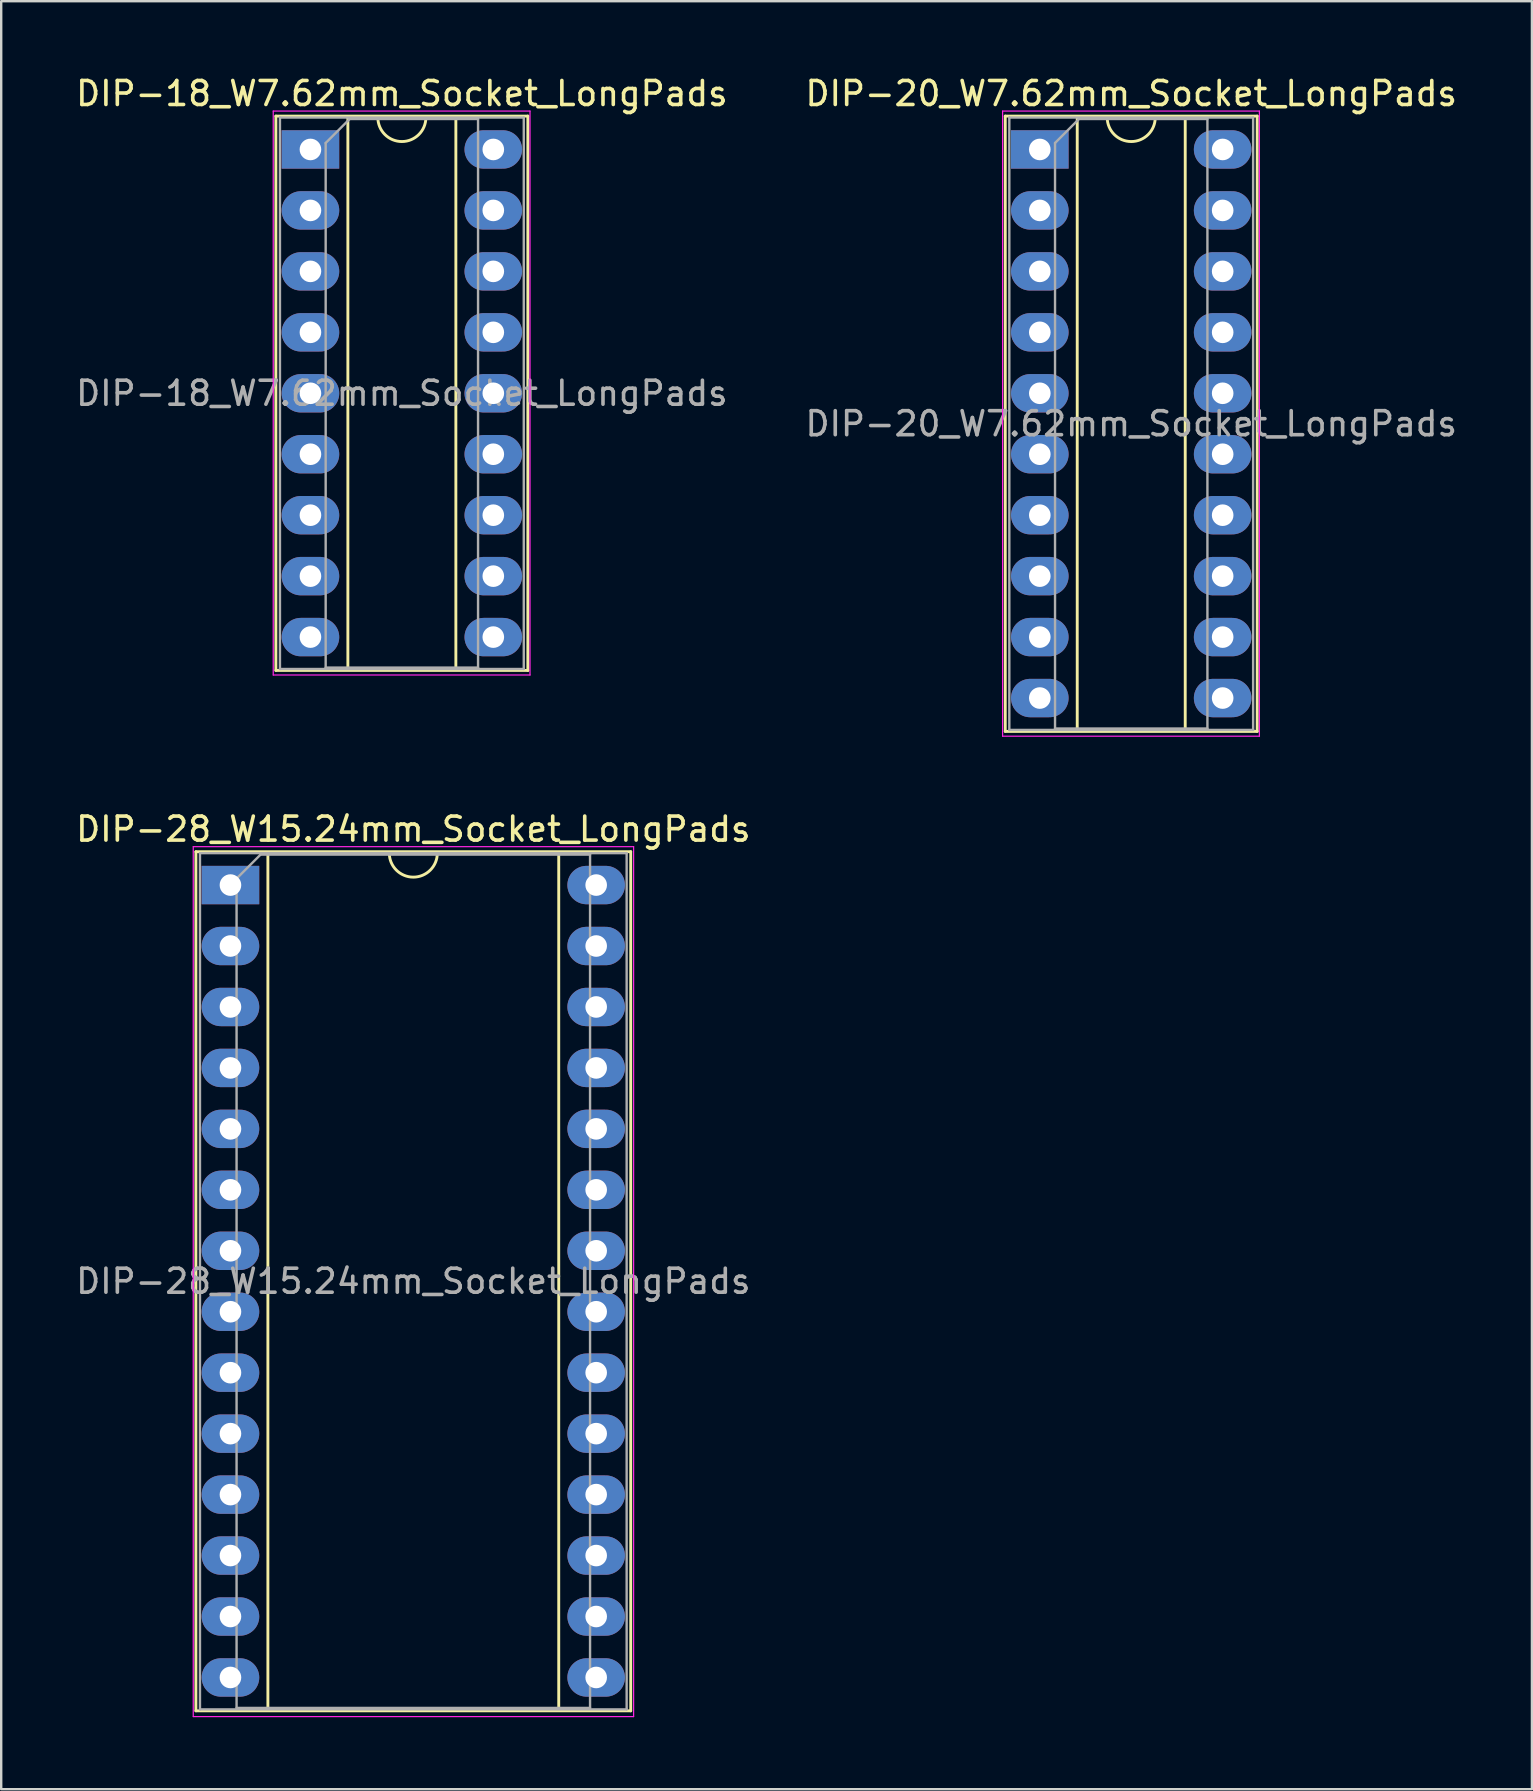
<source format=kicad_pcb>
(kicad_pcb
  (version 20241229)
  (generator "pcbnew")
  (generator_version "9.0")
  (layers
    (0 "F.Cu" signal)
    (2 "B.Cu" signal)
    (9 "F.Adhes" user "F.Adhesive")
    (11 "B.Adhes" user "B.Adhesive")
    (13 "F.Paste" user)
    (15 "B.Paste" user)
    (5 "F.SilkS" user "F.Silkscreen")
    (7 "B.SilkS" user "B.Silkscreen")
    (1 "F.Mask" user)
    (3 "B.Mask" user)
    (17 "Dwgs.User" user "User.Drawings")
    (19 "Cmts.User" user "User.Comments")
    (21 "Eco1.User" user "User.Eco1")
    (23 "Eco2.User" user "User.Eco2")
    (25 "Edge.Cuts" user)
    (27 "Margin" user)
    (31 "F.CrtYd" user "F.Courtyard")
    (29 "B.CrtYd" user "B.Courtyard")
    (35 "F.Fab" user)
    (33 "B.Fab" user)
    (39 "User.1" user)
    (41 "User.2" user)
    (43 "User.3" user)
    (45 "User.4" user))
  (footprint "DIP-18_W7.62mm_Socket_LongPads"
    (layer "F.Cu")
    (at 9.886 3.178)
    (property "Reference" "DIP-18_W7.62mm_Socket_LongPads" (at 3.81 -2.33 0) (layer "F.SilkS") (effects (font (size 1 1) (thickness 0.15))))
    (attr through_hole)
    (fp_line (start -1.44 -1.39) (end -1.44 21.71) (stroke (width 0.12) (type solid)) (layer "F.SilkS"))
    (fp_line (start -1.44 21.71) (end 9.06 21.71) (stroke (width 0.12) (type solid)) (layer "F.SilkS"))
    (fp_line (start 1.56 -1.33) (end 1.56 21.65) (stroke (width 0.12) (type solid)) (layer "F.SilkS"))
    (fp_line (start 1.56 21.65) (end 6.06 21.65) (stroke (width 0.12) (type solid)) (layer "F.SilkS"))
    (fp_line (start 2.81 -1.33) (end 1.56 -1.33) (stroke (width 0.12) (type solid)) (layer "F.SilkS"))
    (fp_line (start 6.06 -1.33) (end 4.81 -1.33) (stroke (width 0.12) (type solid)) (layer "F.SilkS"))
    (fp_line (start 6.06 21.65) (end 6.06 -1.33) (stroke (width 0.12) (type solid)) (layer "F.SilkS"))
    (fp_line (start 9.06 -1.39) (end -1.44 -1.39) (stroke (width 0.12) (type solid)) (layer "F.SilkS"))
    (fp_line (start 9.06 21.71) (end 9.06 -1.39) (stroke (width 0.12) (type solid)) (layer "F.SilkS"))
    (fp_arc (start 4.81 -1.33) (mid 3.81 -0.33) (end 2.81 -1.33) (stroke (width 0.12) (type solid)) (layer "F.SilkS"))
    (fp_line (start -1.55 -1.6) (end -1.55 21.9) (stroke (width 0.05) (type solid)) (layer "F.CrtYd"))
    (fp_line (start -1.55 21.9) (end 9.15 21.9) (stroke (width 0.05) (type solid)) (layer "F.CrtYd"))
    (fp_line (start 9.15 -1.6) (end -1.55 -1.6) (stroke (width 0.05) (type solid)) (layer "F.CrtYd"))
    (fp_line (start 9.15 21.9) (end 9.15 -1.6) (stroke (width 0.05) (type solid)) (layer "F.CrtYd"))
    (fp_line (start -1.27 -1.33) (end -1.27 21.65) (stroke (width 0.1) (type solid)) (layer "F.Fab"))
    (fp_line (start -1.27 21.65) (end 8.89 21.65) (stroke (width 0.1) (type solid)) (layer "F.Fab"))
    (fp_line (start 0.635 -0.27) (end 1.635 -1.27) (stroke (width 0.1) (type solid)) (layer "F.Fab"))
    (fp_line (start 0.635 21.59) (end 0.635 -0.27) (stroke (width 0.1) (type solid)) (layer "F.Fab"))
    (fp_line (start 1.635 -1.27) (end 6.985 -1.27) (stroke (width 0.1) (type solid)) (layer "F.Fab"))
    (fp_line (start 6.985 -1.27) (end 6.985 21.59) (stroke (width 0.1) (type solid)) (layer "F.Fab"))
    (fp_line (start 6.985 21.59) (end 0.635 21.59) (stroke (width 0.1) (type solid)) (layer "F.Fab"))
    (fp_line (start 8.89 -1.33) (end -1.27 -1.33) (stroke (width 0.1) (type solid)) (layer "F.Fab"))
    (fp_line (start 8.89 21.65) (end 8.89 -1.33) (stroke (width 0.1) (type solid)) (layer "F.Fab"))
    (fp_text user "${REFERENCE}" (at 3.81 10.16 0) (layer "F.Fab") (effects (font (size 1 1) (thickness 0.15))))
    (pad "1" thru_hole rect (at 0 0) (size 2.4 1.6) (drill 0.9) (layers "*.Cu" "*.Mask"))
    (pad "2" thru_hole oval (at 0 2.54) (size 2.4 1.6) (drill 0.9) (layers "*.Cu" "*.Mask"))
    (pad "3" thru_hole oval (at 0 5.08) (size 2.4 1.6) (drill 0.9) (layers "*.Cu" "*.Mask"))
    (pad "4" thru_hole oval (at 0 7.62) (size 2.4 1.6) (drill 0.9) (layers "*.Cu" "*.Mask"))
    (pad "5" thru_hole oval (at 0 10.16) (size 2.4 1.6) (drill 0.9) (layers "*.Cu" "*.Mask"))
    (pad "6" thru_hole oval (at 0 12.7) (size 2.4 1.6) (drill 0.9) (layers "*.Cu" "*.Mask"))
    (pad "7" thru_hole oval (at 0 15.24) (size 2.4 1.6) (drill 0.9) (layers "*.Cu" "*.Mask"))
    (pad "8" thru_hole oval (at 0 17.78) (size 2.4 1.6) (drill 0.9) (layers "*.Cu" "*.Mask"))
    (pad "9" thru_hole oval (at 0 20.32) (size 2.4 1.6) (drill 0.9) (layers "*.Cu" "*.Mask"))
    (pad "10" thru_hole oval (at 7.62 20.32) (size 2.4 1.6) (drill 0.9) (layers "*.Cu" "*.Mask"))
    (pad "11" thru_hole oval (at 7.62 17.78) (size 2.4 1.6) (drill 0.9) (layers "*.Cu" "*.Mask"))
    (pad "12" thru_hole oval (at 7.62 15.24) (size 2.4 1.6) (drill 0.9) (layers "*.Cu" "*.Mask"))
    (pad "13" thru_hole oval (at 7.62 12.7) (size 2.4 1.6) (drill 0.9) (layers "*.Cu" "*.Mask"))
    (pad "14" thru_hole oval (at 7.62 10.16) (size 2.4 1.6) (drill 0.9) (layers "*.Cu" "*.Mask"))
    (pad "15" thru_hole oval (at 7.62 7.62) (size 2.4 1.6) (drill 0.9) (layers "*.Cu" "*.Mask"))
    (pad "16" thru_hole oval (at 7.62 5.08) (size 2.4 1.6) (drill 0.9) (layers "*.Cu" "*.Mask"))
    (pad "17" thru_hole oval (at 7.62 2.54) (size 2.4 1.6) (drill 0.9) (layers "*.Cu" "*.Mask"))
    (pad "18" thru_hole oval (at 7.62 0) (size 2.4 1.6) (drill 0.9) (layers "*.Cu" "*.Mask")))
  (footprint "DIP-28_W15.24mm_Socket_LongPads"
    (layer "F.Cu")
    (at 6.553 33.831)
    (property "Reference" "DIP-28_W15.24mm_Socket_LongPads" (at 7.62 -2.33 0) (layer "F.SilkS") (effects (font (size 1 1) (thickness 0.15))))
    (attr through_hole)
    (fp_line (start -1.44 -1.39) (end -1.44 34.41) (stroke (width 0.12) (type solid)) (layer "F.SilkS"))
    (fp_line (start -1.44 34.41) (end 16.68 34.41) (stroke (width 0.12) (type solid)) (layer "F.SilkS"))
    (fp_line (start 1.56 -1.33) (end 1.56 34.35) (stroke (width 0.12) (type solid)) (layer "F.SilkS"))
    (fp_line (start 1.56 34.35) (end 13.68 34.35) (stroke (width 0.12) (type solid)) (layer "F.SilkS"))
    (fp_line (start 6.62 -1.33) (end 1.56 -1.33) (stroke (width 0.12) (type solid)) (layer "F.SilkS"))
    (fp_line (start 13.68 -1.33) (end 8.62 -1.33) (stroke (width 0.12) (type solid)) (layer "F.SilkS"))
    (fp_line (start 13.68 34.35) (end 13.68 -1.33) (stroke (width 0.12) (type solid)) (layer "F.SilkS"))
    (fp_line (start 16.68 -1.39) (end -1.44 -1.39) (stroke (width 0.12) (type solid)) (layer "F.SilkS"))
    (fp_line (start 16.68 34.41) (end 16.68 -1.39) (stroke (width 0.12) (type solid)) (layer "F.SilkS"))
    (fp_arc (start 8.62 -1.33) (mid 7.62 -0.33) (end 6.62 -1.33) (stroke (width 0.12) (type solid)) (layer "F.SilkS"))
    (fp_line (start -1.55 -1.6) (end -1.55 34.65) (stroke (width 0.05) (type solid)) (layer "F.CrtYd"))
    (fp_line (start -1.55 34.65) (end 16.8 34.65) (stroke (width 0.05) (type solid)) (layer "F.CrtYd"))
    (fp_line (start 16.8 -1.6) (end -1.55 -1.6) (stroke (width 0.05) (type solid)) (layer "F.CrtYd"))
    (fp_line (start 16.8 34.65) (end 16.8 -1.6) (stroke (width 0.05) (type solid)) (layer "F.CrtYd"))
    (fp_line (start -1.27 -1.33) (end -1.27 34.35) (stroke (width 0.1) (type solid)) (layer "F.Fab"))
    (fp_line (start -1.27 34.35) (end 16.51 34.35) (stroke (width 0.1) (type solid)) (layer "F.Fab"))
    (fp_line (start 0.255 -0.27) (end 1.255 -1.27) (stroke (width 0.1) (type solid)) (layer "F.Fab"))
    (fp_line (start 0.255 34.29) (end 0.255 -0.27) (stroke (width 0.1) (type solid)) (layer "F.Fab"))
    (fp_line (start 1.255 -1.27) (end 14.985 -1.27) (stroke (width 0.1) (type solid)) (layer "F.Fab"))
    (fp_line (start 14.985 -1.27) (end 14.985 34.29) (stroke (width 0.1) (type solid)) (layer "F.Fab"))
    (fp_line (start 14.985 34.29) (end 0.255 34.29) (stroke (width 0.1) (type solid)) (layer "F.Fab"))
    (fp_line (start 16.51 -1.33) (end -1.27 -1.33) (stroke (width 0.1) (type solid)) (layer "F.Fab"))
    (fp_line (start 16.51 34.35) (end 16.51 -1.33) (stroke (width 0.1) (type solid)) (layer "F.Fab"))
    (fp_text user "${REFERENCE}" (at 7.62 16.51 0) (layer "F.Fab") (effects (font (size 1 1) (thickness 0.15))))
    (pad "1" thru_hole rect (at 0 0) (size 2.4 1.6) (drill 0.9) (layers "*.Cu" "*.Mask"))
    (pad "2" thru_hole oval (at 0 2.54) (size 2.4 1.6) (drill 0.9) (layers "*.Cu" "*.Mask"))
    (pad "3" thru_hole oval (at 0 5.08) (size 2.4 1.6) (drill 0.9) (layers "*.Cu" "*.Mask"))
    (pad "4" thru_hole oval (at 0 7.62) (size 2.4 1.6) (drill 0.9) (layers "*.Cu" "*.Mask"))
    (pad "5" thru_hole oval (at 0 10.16) (size 2.4 1.6) (drill 0.9) (layers "*.Cu" "*.Mask"))
    (pad "6" thru_hole oval (at 0 12.7) (size 2.4 1.6) (drill 0.9) (layers "*.Cu" "*.Mask"))
    (pad "7" thru_hole oval (at 0 15.24) (size 2.4 1.6) (drill 0.9) (layers "*.Cu" "*.Mask"))
    (pad "8" thru_hole oval (at 0 17.78) (size 2.4 1.6) (drill 0.9) (layers "*.Cu" "*.Mask"))
    (pad "9" thru_hole oval (at 0 20.32) (size 2.4 1.6) (drill 0.9) (layers "*.Cu" "*.Mask"))
    (pad "10" thru_hole oval (at 0 22.86) (size 2.4 1.6) (drill 0.9) (layers "*.Cu" "*.Mask"))
    (pad "11" thru_hole oval (at 0 25.4) (size 2.4 1.6) (drill 0.9) (layers "*.Cu" "*.Mask"))
    (pad "12" thru_hole oval (at 0 27.94) (size 2.4 1.6) (drill 0.9) (layers "*.Cu" "*.Mask"))
    (pad "13" thru_hole oval (at 0 30.48) (size 2.4 1.6) (drill 0.9) (layers "*.Cu" "*.Mask"))
    (pad "14" thru_hole oval (at 0 33.02) (size 2.4 1.6) (drill 0.9) (layers "*.Cu" "*.Mask"))
    (pad "15" thru_hole oval (at 15.24 33.02) (size 2.4 1.6) (drill 0.9) (layers "*.Cu" "*.Mask"))
    (pad "16" thru_hole oval (at 15.24 30.48) (size 2.4 1.6) (drill 0.9) (layers "*.Cu" "*.Mask"))
    (pad "17" thru_hole oval (at 15.24 27.94) (size 2.4 1.6) (drill 0.9) (layers "*.Cu" "*.Mask"))
    (pad "18" thru_hole oval (at 15.24 25.4) (size 2.4 1.6) (drill 0.9) (layers "*.Cu" "*.Mask"))
    (pad "19" thru_hole oval (at 15.24 22.86) (size 2.4 1.6) (drill 0.9) (layers "*.Cu" "*.Mask"))
    (pad "20" thru_hole oval (at 15.24 20.32) (size 2.4 1.6) (drill 0.9) (layers "*.Cu" "*.Mask"))
    (pad "21" thru_hole oval (at 15.24 17.78) (size 2.4 1.6) (drill 0.9) (layers "*.Cu" "*.Mask"))
    (pad "22" thru_hole oval (at 15.24 15.24) (size 2.4 1.6) (drill 0.9) (layers "*.Cu" "*.Mask"))
    (pad "23" thru_hole oval (at 15.24 12.7) (size 2.4 1.6) (drill 0.9) (layers "*.Cu" "*.Mask"))
    (pad "24" thru_hole oval (at 15.24 10.16) (size 2.4 1.6) (drill 0.9) (layers "*.Cu" "*.Mask"))
    (pad "25" thru_hole oval (at 15.24 7.62) (size 2.4 1.6) (drill 0.9) (layers "*.Cu" "*.Mask"))
    (pad "26" thru_hole oval (at 15.24 5.08) (size 2.4 1.6) (drill 0.9) (layers "*.Cu" "*.Mask"))
    (pad "27" thru_hole oval (at 15.24 2.54) (size 2.4 1.6) (drill 0.9) (layers "*.Cu" "*.Mask"))
    (pad "28" thru_hole oval (at 15.24 0) (size 2.4 1.6) (drill 0.9) (layers "*.Cu" "*.Mask")))
  (footprint "DIP-20_W7.62mm_Socket_LongPads"
    (layer "F.Cu")
    (at 40.279 3.178)
    (property "Reference" "DIP-20_W7.62mm_Socket_LongPads" (at 3.81 -2.33 0) (layer "F.SilkS") (effects (font (size 1 1) (thickness 0.15))))
    (attr through_hole)
    (fp_line (start -1.44 -1.39) (end -1.44 24.25) (stroke (width 0.12) (type solid)) (layer "F.SilkS"))
    (fp_line (start -1.44 24.25) (end 9.06 24.25) (stroke (width 0.12) (type solid)) (layer "F.SilkS"))
    (fp_line (start 1.56 -1.33) (end 1.56 24.19) (stroke (width 0.12) (type solid)) (layer "F.SilkS"))
    (fp_line (start 1.56 24.19) (end 6.06 24.19) (stroke (width 0.12) (type solid)) (layer "F.SilkS"))
    (fp_line (start 2.81 -1.33) (end 1.56 -1.33) (stroke (width 0.12) (type solid)) (layer "F.SilkS"))
    (fp_line (start 6.06 -1.33) (end 4.81 -1.33) (stroke (width 0.12) (type solid)) (layer "F.SilkS"))
    (fp_line (start 6.06 24.19) (end 6.06 -1.33) (stroke (width 0.12) (type solid)) (layer "F.SilkS"))
    (fp_line (start 9.06 -1.39) (end -1.44 -1.39) (stroke (width 0.12) (type solid)) (layer "F.SilkS"))
    (fp_line (start 9.06 24.25) (end 9.06 -1.39) (stroke (width 0.12) (type solid)) (layer "F.SilkS"))
    (fp_arc (start 4.81 -1.33) (mid 3.81 -0.33) (end 2.81 -1.33) (stroke (width 0.12) (type solid)) (layer "F.SilkS"))
    (fp_line (start -1.55 -1.6) (end -1.55 24.45) (stroke (width 0.05) (type solid)) (layer "F.CrtYd"))
    (fp_line (start -1.55 24.45) (end 9.15 24.45) (stroke (width 0.05) (type solid)) (layer "F.CrtYd"))
    (fp_line (start 9.15 -1.6) (end -1.55 -1.6) (stroke (width 0.05) (type solid)) (layer "F.CrtYd"))
    (fp_line (start 9.15 24.45) (end 9.15 -1.6) (stroke (width 0.05) (type solid)) (layer "F.CrtYd"))
    (fp_line (start -1.27 -1.33) (end -1.27 24.19) (stroke (width 0.1) (type solid)) (layer "F.Fab"))
    (fp_line (start -1.27 24.19) (end 8.89 24.19) (stroke (width 0.1) (type solid)) (layer "F.Fab"))
    (fp_line (start 0.635 -0.27) (end 1.635 -1.27) (stroke (width 0.1) (type solid)) (layer "F.Fab"))
    (fp_line (start 0.635 24.13) (end 0.635 -0.27) (stroke (width 0.1) (type solid)) (layer "F.Fab"))
    (fp_line (start 1.635 -1.27) (end 6.985 -1.27) (stroke (width 0.1) (type solid)) (layer "F.Fab"))
    (fp_line (start 6.985 -1.27) (end 6.985 24.13) (stroke (width 0.1) (type solid)) (layer "F.Fab"))
    (fp_line (start 6.985 24.13) (end 0.635 24.13) (stroke (width 0.1) (type solid)) (layer "F.Fab"))
    (fp_line (start 8.89 -1.33) (end -1.27 -1.33) (stroke (width 0.1) (type solid)) (layer "F.Fab"))
    (fp_line (start 8.89 24.19) (end 8.89 -1.33) (stroke (width 0.1) (type solid)) (layer "F.Fab"))
    (fp_text user "${REFERENCE}" (at 3.81 11.43 0) (layer "F.Fab") (effects (font (size 1 1) (thickness 0.15))))
    (pad "1" thru_hole rect (at 0 0) (size 2.4 1.6) (drill 0.9) (layers "*.Cu" "*.Mask"))
    (pad "2" thru_hole oval (at 0 2.54) (size 2.4 1.6) (drill 0.9) (layers "*.Cu" "*.Mask"))
    (pad "3" thru_hole oval (at 0 5.08) (size 2.4 1.6) (drill 0.9) (layers "*.Cu" "*.Mask"))
    (pad "4" thru_hole oval (at 0 7.62) (size 2.4 1.6) (drill 0.9) (layers "*.Cu" "*.Mask"))
    (pad "5" thru_hole oval (at 0 10.16) (size 2.4 1.6) (drill 0.9) (layers "*.Cu" "*.Mask"))
    (pad "6" thru_hole oval (at 0 12.7) (size 2.4 1.6) (drill 0.9) (layers "*.Cu" "*.Mask"))
    (pad "7" thru_hole oval (at 0 15.24) (size 2.4 1.6) (drill 0.9) (layers "*.Cu" "*.Mask"))
    (pad "8" thru_hole oval (at 0 17.78) (size 2.4 1.6) (drill 0.9) (layers "*.Cu" "*.Mask"))
    (pad "9" thru_hole oval (at 0 20.32) (size 2.4 1.6) (drill 0.9) (layers "*.Cu" "*.Mask"))
    (pad "10" thru_hole oval (at 0 22.86) (size 2.4 1.6) (drill 0.9) (layers "*.Cu" "*.Mask"))
    (pad "11" thru_hole oval (at 7.62 22.86) (size 2.4 1.6) (drill 0.9) (layers "*.Cu" "*.Mask"))
    (pad "12" thru_hole oval (at 7.62 20.32) (size 2.4 1.6) (drill 0.9) (layers "*.Cu" "*.Mask"))
    (pad "13" thru_hole oval (at 7.62 17.78) (size 2.4 1.6) (drill 0.9) (layers "*.Cu" "*.Mask"))
    (pad "14" thru_hole oval (at 7.62 15.24) (size 2.4 1.6) (drill 0.9) (layers "*.Cu" "*.Mask"))
    (pad "15" thru_hole oval (at 7.62 12.7) (size 2.4 1.6) (drill 0.9) (layers "*.Cu" "*.Mask"))
    (pad "16" thru_hole oval (at 7.62 10.16) (size 2.4 1.6) (drill 0.9) (layers "*.Cu" "*.Mask"))
    (pad "17" thru_hole oval (at 7.62 7.62) (size 2.4 1.6) (drill 0.9) (layers "*.Cu" "*.Mask"))
    (pad "18" thru_hole oval (at 7.62 5.08) (size 2.4 1.6) (drill 0.9) (layers "*.Cu" "*.Mask"))
    (pad "19" thru_hole oval (at 7.62 2.54) (size 2.4 1.6) (drill 0.9) (layers "*.Cu" "*.Mask"))
    (pad "20" thru_hole oval (at 7.62 0) (size 2.4 1.6) (drill 0.9) (layers "*.Cu" "*.Mask")))
  (gr_rect
    (start -3 -3)
    (end 60.786 71.507)
    (stroke (width 0.1) (type default))
    (fill no)
    (layer "Edge.Cuts")))
</source>
